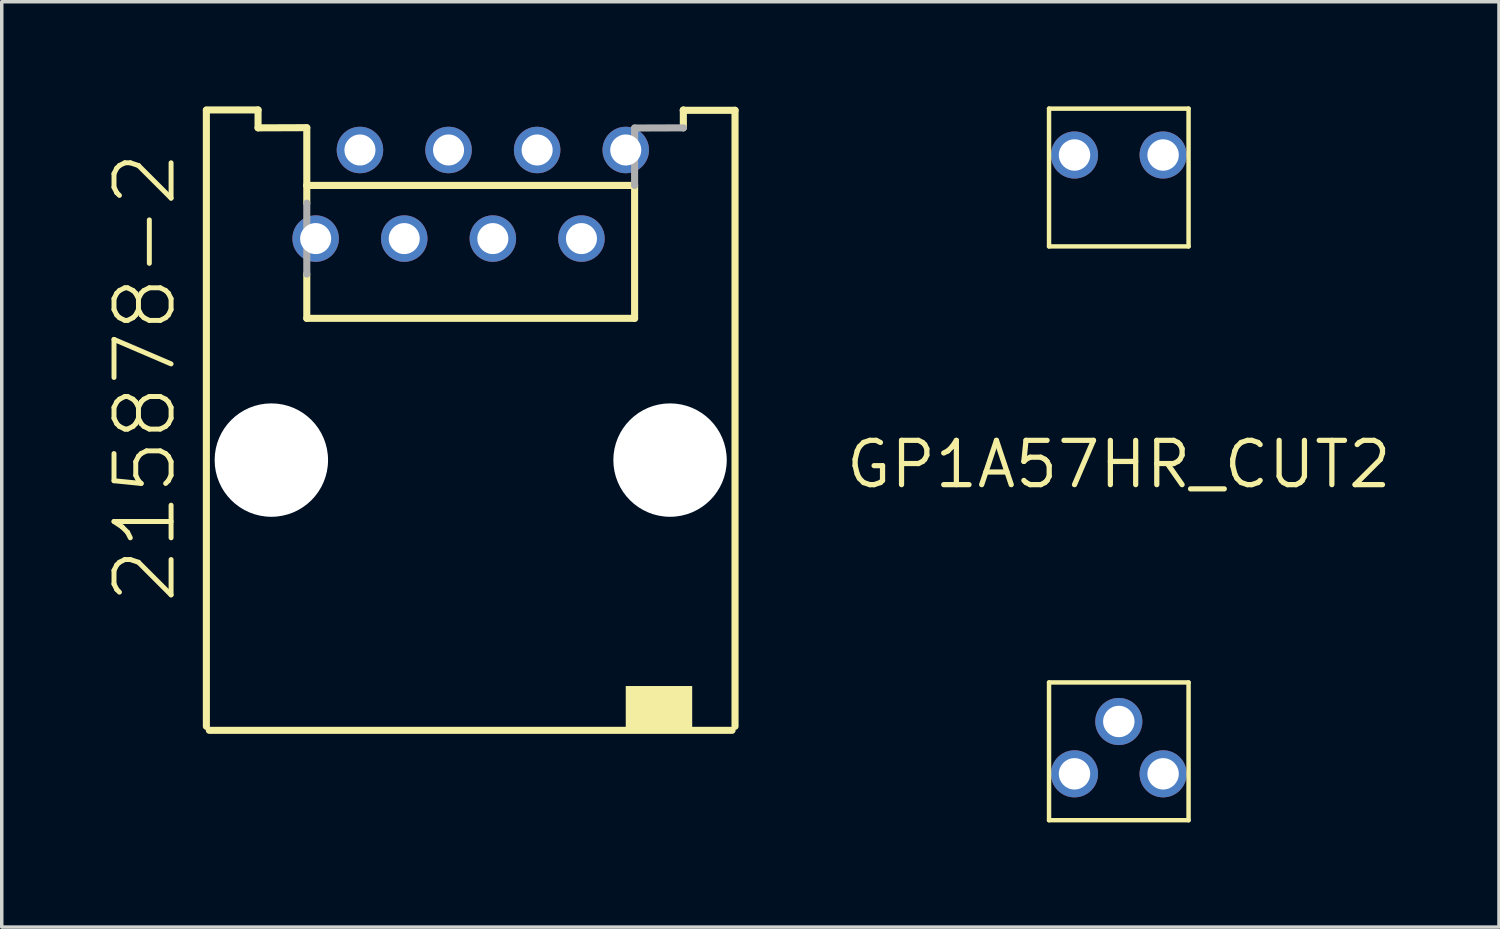
<source format=kicad_pcb>
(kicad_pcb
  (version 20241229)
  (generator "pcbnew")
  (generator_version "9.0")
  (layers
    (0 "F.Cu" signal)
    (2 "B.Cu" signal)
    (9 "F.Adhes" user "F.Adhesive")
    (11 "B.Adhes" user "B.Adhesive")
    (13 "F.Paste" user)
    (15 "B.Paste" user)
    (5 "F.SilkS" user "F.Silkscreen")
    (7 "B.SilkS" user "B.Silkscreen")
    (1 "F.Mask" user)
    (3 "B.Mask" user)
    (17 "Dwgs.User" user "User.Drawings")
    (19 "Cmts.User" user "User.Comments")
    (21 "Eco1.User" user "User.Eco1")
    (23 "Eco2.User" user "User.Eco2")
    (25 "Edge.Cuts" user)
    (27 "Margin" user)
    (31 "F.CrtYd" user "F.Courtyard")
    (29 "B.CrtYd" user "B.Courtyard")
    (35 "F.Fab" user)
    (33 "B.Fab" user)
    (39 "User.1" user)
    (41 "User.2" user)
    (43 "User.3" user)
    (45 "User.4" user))
  (footprint "215878-2"
    (layer "F.Cu")
    (at 10.444 10.14)
    (property "Reference" "215878-2" (at -8.382 4.191 90) (layer "F.SilkS") (effects (font (size 1.636 1.636) (thickness 0.142)) (justify left bottom)))
    (fp_line (start -7.578 7.633) (end -7.578 -10.028) (stroke (width 0.203) (type solid)) (layer "F.SilkS"))
    (fp_line (start -6.096 -10.038) (end -7.578 -10.038) (stroke (width 0.203) (type solid)) (layer "F.SilkS"))
    (fp_line (start -6.096 -9.525) (end -6.096 -10.038) (stroke (width 0.203) (type solid)) (layer "F.SilkS"))
    (fp_line (start -4.699 -9.53) (end -6.096 -9.525) (stroke (width 0.203) (type solid)) (layer "F.SilkS"))
    (fp_line (start -4.699 -9.525) (end -4.699 -7.874) (stroke (width 0.203) (type solid)) (layer "F.SilkS"))
    (fp_line (start -4.699 -7.874) (end -4.699 -7.366) (stroke (width 0.203) (type solid)) (layer "F.SilkS"))
    (fp_line (start -4.699 -7.874) (end 4.699 -7.874) (stroke (width 0.203) (type solid)) (layer "F.SilkS"))
    (fp_line (start -4.699 -5.334) (end -4.699 -4.064) (stroke (width 0.203) (type solid)) (layer "F.SilkS"))
    (fp_line (start -4.699 -4.064) (end 4.699 -4.064) (stroke (width 0.203) (type solid)) (layer "F.SilkS"))
    (fp_line (start 4.699 -7.874) (end 4.699 -4.064) (stroke (width 0.203) (type solid)) (layer "F.SilkS"))
    (fp_line (start 6.096 -10.028) (end 6.096 -10.038) (stroke (width 0.203) (type solid)) (layer "F.SilkS"))
    (fp_line (start 6.096 -10.028) (end 7.578 -10.028) (stroke (width 0.203) (type solid)) (layer "F.SilkS"))
    (fp_line (start 6.096 -9.525) (end 6.096 -10.028) (stroke (width 0.203) (type solid)) (layer "F.SilkS"))
    (fp_line (start 7.493 7.747) (end -7.493 7.747) (stroke (width 0.203) (type solid)) (layer "F.SilkS"))
    (fp_line (start 7.578 -10.028) (end 7.578 7.633) (stroke (width 0.203) (type solid)) (layer "F.SilkS"))
    (fp_poly (pts (xy 4.445 7.747) (xy 6.35 7.747) (xy 6.35 6.477) (xy 4.445 6.477)) (stroke (width 0) (type solid)) (fill yes) (layer "F.SilkS"))
    (fp_line (start -4.699 -7.366) (end -4.699 -5.334) (stroke (width 0.203) (type solid)) (layer "F.Fab"))
    (fp_line (start 4.699 -9.52) (end 4.699 -7.874) (stroke (width 0.203) (type solid)) (layer "F.Fab"))
    (fp_line (start 4.699 -9.52) (end 6.096 -9.525) (stroke (width 0.203) (type solid)) (layer "F.Fab"))
    (pad "" np_thru_hole circle (at -5.715 0) (size 3.251 3.251) (drill 3.251) (layers "*.Cu" "*.Mask"))
    (pad "" np_thru_hole circle (at 5.715 0) (size 3.251 3.251) (drill 3.251) (layers "*.Cu" "*.Mask"))
    (pad "1" thru_hole circle (at -4.445 -6.35) (size 1.333 1.333) (drill 0.889) (layers "*.Cu" "*.Mask"))
    (pad "2" thru_hole circle (at -3.175 -8.89) (size 1.333 1.333) (drill 0.889) (layers "*.Cu" "*.Mask"))
    (pad "3" thru_hole circle (at -1.905 -6.35) (size 1.333 1.333) (drill 0.889) (layers "*.Cu" "*.Mask"))
    (pad "4" thru_hole circle (at -0.635 -8.89) (size 1.333 1.333) (drill 0.889) (layers "*.Cu" "*.Mask"))
    (pad "5" thru_hole circle (at 0.635 -6.35) (size 1.333 1.333) (drill 0.889) (layers "*.Cu" "*.Mask"))
    (pad "6" thru_hole circle (at 1.905 -8.89) (size 1.333 1.333) (drill 0.889) (layers "*.Cu" "*.Mask"))
    (pad "7" thru_hole circle (at 3.175 -6.35) (size 1.333 1.333) (drill 0.889) (layers "*.Cu" "*.Mask"))
    (pad "8" thru_hole circle (at 4.445 -8.89) (size 1.333 1.333) (drill 0.889) (layers "*.Cu" "*.Mask")))
  (footprint "GP1A57HR_CUT2"
    (layer "F.Cu")
    (at 29.024 10.264)
    (property "Reference" "GP1A57HR_CUT2" (at 0 0 0) (layer "F.SilkS") (effects (font (size 1.27 1.27) (thickness 0.15))))
    (fp_line (start -2 -10.2) (end -2 -6.25) (stroke (width 0.127) (type solid)) (layer "F.SilkS"))
    (fp_line (start -2 -10.2) (end 2 -10.2) (stroke (width 0.127) (type solid)) (layer "F.SilkS"))
    (fp_line (start -2 -6.25) (end 2 -6.25) (stroke (width 0.127) (type solid)) (layer "F.SilkS"))
    (fp_line (start -2 6.25) (end -2 10.2) (stroke (width 0.127) (type solid)) (layer "F.SilkS"))
    (fp_line (start -2 6.25) (end 2 6.25) (stroke (width 0.127) (type solid)) (layer "F.SilkS"))
    (fp_line (start -2 10.2) (end 2 10.2) (stroke (width 0.127) (type solid)) (layer "F.SilkS"))
    (fp_line (start 2 -6.25) (end 2 -10.2) (stroke (width 0.127) (type solid)) (layer "F.SilkS"))
    (fp_line (start 2 10.2) (end 2 6.25) (stroke (width 0.127) (type solid)) (layer "F.SilkS"))
    (pad "1" thru_hole circle (at 1.27 -8.87) (size 1.35 1.35) (drill 0.9) (layers "*.Cu" "*.Mask"))
    (pad "2" thru_hole circle (at -1.27 -8.87) (size 1.35 1.35) (drill 0.9) (layers "*.Cu" "*.Mask"))
    (pad "3" thru_hole circle (at -1.27 8.87) (size 1.35 1.35) (drill 0.9) (layers "*.Cu" "*.Mask"))
    (pad "4" thru_hole circle (at 0 7.37) (size 1.35 1.35) (drill 0.9) (layers "*.Cu" "*.Mask"))
    (pad "5" thru_hole circle (at 1.27 8.87) (size 1.35 1.35) (drill 0.9) (layers "*.Cu" "*.Mask")))
  (gr_rect
    (start -3 -3)
    (end 39.923 23.527)
    (stroke (width 0.1) (type default))
    (fill no)
    (layer "Edge.Cuts")))
</source>
